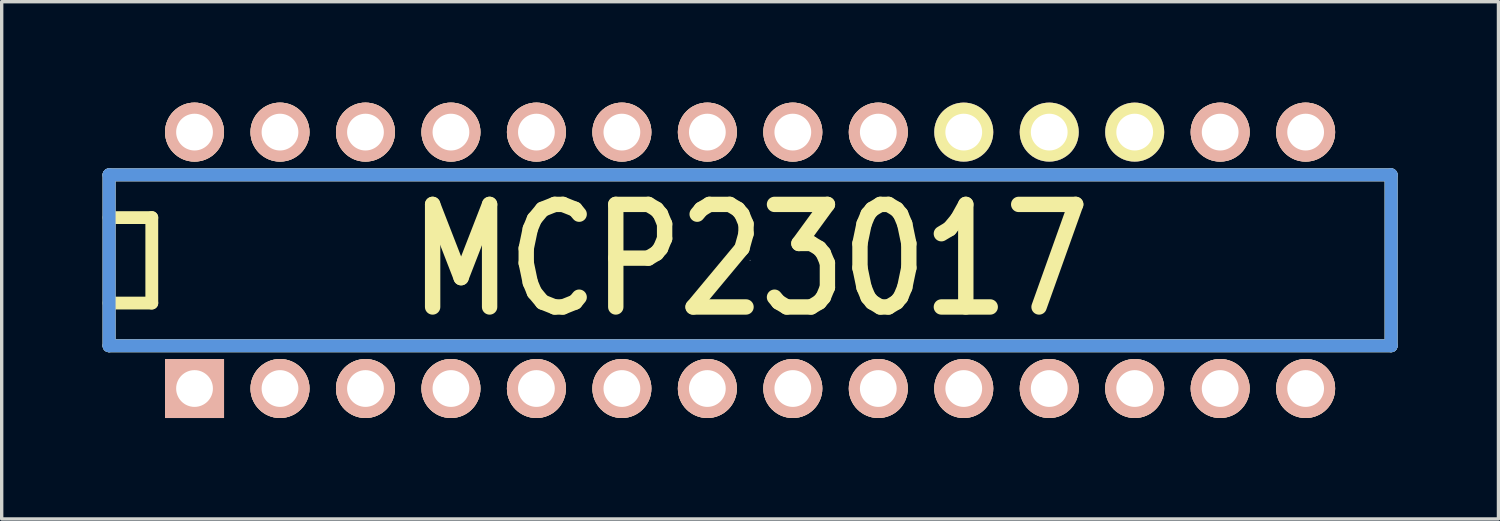
<source format=kicad_pcb>
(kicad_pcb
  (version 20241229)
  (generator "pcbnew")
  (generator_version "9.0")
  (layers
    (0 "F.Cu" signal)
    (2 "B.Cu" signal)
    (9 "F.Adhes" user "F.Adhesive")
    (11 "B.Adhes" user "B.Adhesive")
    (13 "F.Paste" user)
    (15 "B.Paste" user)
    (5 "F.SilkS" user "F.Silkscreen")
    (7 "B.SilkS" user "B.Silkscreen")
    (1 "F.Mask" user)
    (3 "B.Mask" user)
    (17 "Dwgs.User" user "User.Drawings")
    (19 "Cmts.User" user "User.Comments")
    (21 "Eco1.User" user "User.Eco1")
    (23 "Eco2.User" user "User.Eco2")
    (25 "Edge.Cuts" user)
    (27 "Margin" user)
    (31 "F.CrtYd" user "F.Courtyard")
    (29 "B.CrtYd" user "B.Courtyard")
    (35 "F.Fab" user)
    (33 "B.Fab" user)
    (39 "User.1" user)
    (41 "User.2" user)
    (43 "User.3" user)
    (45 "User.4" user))
  (footprint "MCP23017"
    (layer "F.Cu")
    (at 19.241 4.686)
    (property "Reference" "MCP23017" (at 0 0 0) (layer "F.SilkS") (effects (font (size 3.048 2.54) (thickness 0.457))))
    (attr through_hole)
    (fp_line (start -19.05 -2.54) (end 19.05 -2.54) (stroke (width 0.381) (type solid)) (layer "F.SilkS"))
    (fp_line (start -19.05 -1.27) (end -17.78 -1.27) (stroke (width 0.381) (type solid)) (layer "F.SilkS"))
    (fp_line (start -19.05 2.54) (end -19.05 -2.54) (stroke (width 0.381) (type solid)) (layer "F.SilkS"))
    (fp_line (start -17.78 -1.27) (end -17.78 1.27) (stroke (width 0.381) (type solid)) (layer "F.SilkS"))
    (fp_line (start -17.78 1.27) (end -19.05 1.27) (stroke (width 0.381) (type solid)) (layer "F.SilkS"))
    (fp_line (start 19.05 -2.54) (end 19.05 2.54) (stroke (width 0.381) (type solid)) (layer "F.SilkS"))
    (fp_line (start 19.05 2.54) (end -19.05 2.54) (stroke (width 0.381) (type solid)) (layer "F.SilkS"))
    (fp_line (start -19.05 -2.54) (end 19.05 -2.54) (stroke (width 0.381) (type solid)) (layer "Dwgs.User"))
    (fp_line (start -19.05 2.54) (end -19.05 -2.54) (stroke (width 0.381) (type solid)) (layer "Dwgs.User"))
    (fp_line (start 0 0) (end 0 0) (stroke (width 0.025) (type solid)) (layer "Dwgs.User"))
    (fp_line (start 19.05 -2.54) (end 19.05 2.54) (stroke (width 0.381) (type solid)) (layer "Dwgs.User"))
    (fp_line (start 19.05 2.54) (end -19.05 2.54) (stroke (width 0.381) (type solid)) (layer "Dwgs.User"))
    (fp_line (start -19.05 -2.54) (end 19.05 -2.54) (stroke (width 0.381) (type solid)) (layer "Cmts.User"))
    (fp_line (start -19.05 2.54) (end -19.05 -2.54) (stroke (width 0.381) (type solid)) (layer "Cmts.User"))
    (fp_line (start 19.05 -2.54) (end 19.05 2.54) (stroke (width 0.381) (type solid)) (layer "Cmts.User"))
    (fp_line (start 19.05 2.54) (end -19.05 2.54) (stroke (width 0.381) (type solid)) (layer "Cmts.User"))
    (pad "1" thru_hole rect (at -16.51 3.81) (size 1.753 1.753) (drill 1.092) (layers "*.Cu" "*.SilkS" "*.Mask"))
    (pad "2" thru_hole circle (at -13.97 3.81) (size 1.753 1.753) (drill 1.092) (layers "*.Cu" "*.SilkS" "*.Mask"))
    (pad "3" thru_hole circle (at -11.43 3.81) (size 1.753 1.753) (drill 1.092) (layers "*.Cu" "*.SilkS" "*.Mask"))
    (pad "4" thru_hole circle (at -8.89 3.81) (size 1.753 1.753) (drill 1.092) (layers "*.Cu" "*.SilkS" "*.Mask"))
    (pad "5" thru_hole circle (at -6.35 3.81) (size 1.753 1.753) (drill 1.092) (layers "*.Cu" "*.SilkS" "*.Mask"))
    (pad "6" thru_hole circle (at -3.81 3.81) (size 1.753 1.753) (drill 1.092) (layers "*.Cu" "*.SilkS" "*.Mask"))
    (pad "7" thru_hole circle (at -1.27 3.81) (size 1.753 1.753) (drill 1.092) (layers "*.Cu" "*.SilkS" "*.Mask"))
    (pad "8" thru_hole circle (at 1.27 3.81) (size 1.753 1.753) (drill 1.092) (layers "*.Cu" "*.SilkS" "*.Mask"))
    (pad "9" thru_hole circle (at 3.81 3.81) (size 1.753 1.753) (drill 1.092) (layers "*.Cu" "*.SilkS" "*.Mask"))
    (pad "10" thru_hole circle (at 6.35 3.81) (size 1.753 1.753) (drill 1.092) (layers "*.Cu" "*.SilkS" "*.Mask"))
    (pad "11" thru_hole circle (at 8.89 3.81) (size 1.753 1.753) (drill 1.092) (layers "*.Cu" "*.SilkS" "*.Mask"))
    (pad "12" thru_hole circle (at 11.43 3.81) (size 1.753 1.753) (drill 1.092) (layers "*.Cu" "*.SilkS" "*.Mask"))
    (pad "13" thru_hole circle (at 13.97 3.81) (size 1.753 1.753) (drill 1.092) (layers "*.Cu" "*.SilkS" "*.Mask"))
    (pad "14" thru_hole circle (at 16.51 3.81) (size 1.753 1.753) (drill 1.092) (layers "*.Cu" "*.SilkS" "*.Mask"))
    (pad "15" thru_hole circle (at 16.51 -3.81) (size 1.753 1.753) (drill 1.092) (layers "*.Cu" "*.SilkS" "*.Mask"))
    (pad "16" thru_hole circle (at 13.97 -3.81) (size 1.753 1.753) (drill 1.092) (layers "*.Cu" "*.SilkS" "*.Mask"))
    (pad "17" thru_hole circle (at 11.43 -3.81) (size 1.753 1.753) (drill 1.092) (layers "*.Cu" "*.Mask" "F.SilkS"))
    (pad "18" thru_hole circle (at 8.89 -3.81) (size 1.753 1.753) (drill 1.092) (layers "*.Cu" "*.Mask" "F.SilkS"))
    (pad "19" thru_hole circle (at 6.35 -3.81) (size 1.753 1.753) (drill 1.092) (layers "*.Cu" "*.Mask" "F.SilkS"))
    (pad "20" thru_hole circle (at 3.81 -3.81) (size 1.753 1.753) (drill 1.092) (layers "*.Cu" "*.SilkS" "*.Mask"))
    (pad "21" thru_hole circle (at 1.27 -3.81) (size 1.753 1.753) (drill 1.092) (layers "*.Cu" "*.SilkS" "*.Mask"))
    (pad "22" thru_hole circle (at -1.27 -3.81) (size 1.753 1.753) (drill 1.092) (layers "*.Cu" "*.SilkS" "*.Mask"))
    (pad "23" thru_hole circle (at -3.81 -3.81) (size 1.753 1.753) (drill 1.092) (layers "*.Cu" "*.SilkS" "*.Mask"))
    (pad "24" thru_hole circle (at -6.35 -3.81) (size 1.753 1.753) (drill 1.092) (layers "*.Cu" "*.SilkS" "*.Mask"))
    (pad "25" thru_hole circle (at -8.89 -3.81) (size 1.753 1.753) (drill 1.092) (layers "*.Cu" "*.SilkS" "*.Mask"))
    (pad "26" thru_hole circle (at -11.43 -3.81) (size 1.753 1.753) (drill 1.092) (layers "*.Cu" "*.SilkS" "*.Mask"))
    (pad "27" thru_hole circle (at -13.97 -3.81) (size 1.753 1.753) (drill 1.092) (layers "*.Cu" "*.SilkS" "*.Mask"))
    (pad "28" thru_hole circle (at -16.51 -3.81) (size 1.753 1.753) (drill 1.092) (layers "*.Cu" "*.SilkS" "*.Mask")))
  (gr_rect
    (start -3 -3)
    (end 41.481 12.373)
    (stroke (width 0.1) (type default))
    (fill no)
    (layer "Edge.Cuts")))
</source>
